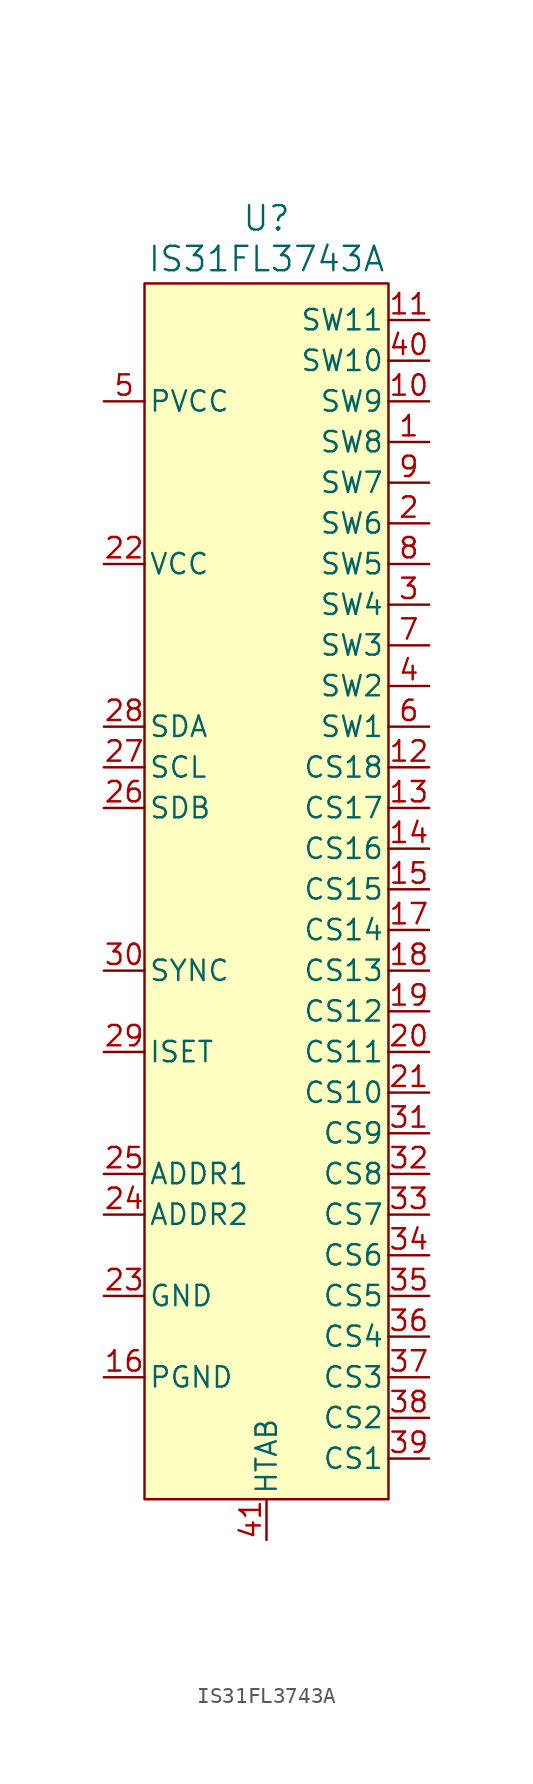
<source format=kicad_sym>
(kicad_symbol_lib
  (version 20241209)
  (generator "kicad_symbol_editor")
  (generator_version "9.0")
  (symbol "IS31FL3743A"
    (pin_names
      (offset 0.254))
    (property "Reference" "U"
      (at 0 39.37 0)
      (effects (font (size 1.524 1.524))))
    (property "Value" "IS31FL3743A"
      (at 0 36.83 0)
      (effects (font (size 1.524 1.524))))
    (symbol "IS31FL3743A_0_1"
      (pin power_in line (at -10.16 27.94 0) (length 2.54) (name "PVCC" (effects (font (size 1.27 1.27)))) (number "5" (effects (font (size 1.27 1.27)))))
      (pin power_in line (at -10.16 17.78 0) (length 2.54) (name "VCC" (effects (font (size 1.27 1.27)))) (number "22" (effects (font (size 1.27 1.27)))))
      (pin unspecified line (at -10.16 2.54 0) (length 2.54) (name "SDB" (effects (font (size 1.27 1.27)))) (number "26" (effects (font (size 1.27 1.27)))))
      (pin unspecified line (at -10.16 -7.62 0) (length 2.54) (name "SYNC" (effects (font (size 1.27 1.27)))) (number "30" (effects (font (size 1.27 1.27)))))
      (pin power_out line (at -10.16 -27.94 0) (length 2.54) (name "GND" (effects (font (size 1.27 1.27)))) (number "23" (effects (font (size 1.27 1.27)))))
      (pin power_out line (at -10.16 -33.02 0) (length 2.54) (name "PGND" (effects (font (size 1.27 1.27)))) (number "16" (effects (font (size 1.27 1.27)))))
      (pin power_out line (at 0 -43.18 90) (length 2.54) (name "HTAB" (effects (font (size 1.27 1.27)))) (number "41" (effects (font (size 1.27 1.27)))))
      (pin bidirectional line (at 10.16 33.02 180) (length 2.54) (name "SW11" (effects (font (size 1.27 1.27)))) (number "11" (effects (font (size 1.27 1.27)))))
      (pin bidirectional line (at 10.16 30.48 180) (length 2.54) (name "SW10" (effects (font (size 1.27 1.27)))) (number "40" (effects (font (size 1.27 1.27)))))
      (pin bidirectional line (at 10.16 27.94 180) (length 2.54) (name "SW9" (effects (font (size 1.27 1.27)))) (number "10" (effects (font (size 1.27 1.27)))))
      (pin bidirectional line (at 10.16 22.86 180) (length 2.54) (name "SW7" (effects (font (size 1.27 1.27)))) (number "9" (effects (font (size 1.27 1.27)))))
      (pin bidirectional line (at 10.16 20.32 180) (length 2.54) (name "SW6" (effects (font (size 1.27 1.27)))) (number "2" (effects (font (size 1.27 1.27)))))
      (pin bidirectional line (at 10.16 17.78 180) (length 2.54) (name "SW5" (effects (font (size 1.27 1.27)))) (number "8" (effects (font (size 1.27 1.27)))))
      (pin bidirectional line (at 10.16 15.24 180) (length 2.54) (name "SW4" (effects (font (size 1.27 1.27)))) (number "3" (effects (font (size 1.27 1.27)))))
      (pin bidirectional line (at 10.16 12.7 180) (length 2.54) (name "SW3" (effects (font (size 1.27 1.27)))) (number "7" (effects (font (size 1.27 1.27)))))
      (pin bidirectional line (at 10.16 10.16 180) (length 2.54) (name "SW2" (effects (font (size 1.27 1.27)))) (number "4" (effects (font (size 1.27 1.27)))))
      (pin bidirectional line (at 10.16 7.62 180) (length 2.54) (name "SW1" (effects (font (size 1.27 1.27)))) (number "6" (effects (font (size 1.27 1.27)))))
      (pin bidirectional line (at 10.16 5.08 180) (length 2.54) (name "CS18" (effects (font (size 1.27 1.27)))) (number "12" (effects (font (size 1.27 1.27)))))
      (pin bidirectional line (at 10.16 2.54 180) (length 2.54) (name "CS17" (effects (font (size 1.27 1.27)))) (number "13" (effects (font (size 1.27 1.27)))))
      (pin bidirectional line (at 10.16 0 180) (length 2.54) (name "CS16" (effects (font (size 1.27 1.27)))) (number "14" (effects (font (size 1.27 1.27)))))
      (pin bidirectional line (at 10.16 -2.54 180) (length 2.54) (name "CS15" (effects (font (size 1.27 1.27)))) (number "15" (effects (font (size 1.27 1.27)))))
      (pin bidirectional line (at 10.16 -5.08 180) (length 2.54) (name "CS14" (effects (font (size 1.27 1.27)))) (number "17" (effects (font (size 1.27 1.27)))))
      (pin bidirectional line (at 10.16 -7.62 180) (length 2.54) (name "CS13" (effects (font (size 1.27 1.27)))) (number "18" (effects (font (size 1.27 1.27)))))
      (pin bidirectional line (at 10.16 -10.16 180) (length 2.54) (name "CS12" (effects (font (size 1.27 1.27)))) (number "19" (effects (font (size 1.27 1.27)))))
      (pin bidirectional line (at 10.16 -12.7 180) (length 2.54) (name "CS11" (effects (font (size 1.27 1.27)))) (number "20" (effects (font (size 1.27 1.27)))))
      (pin bidirectional line (at 10.16 -15.24 180) (length 2.54) (name "CS10" (effects (font (size 1.27 1.27)))) (number "21" (effects (font (size 1.27 1.27)))))
      (pin bidirectional line (at 10.16 -17.78 180) (length 2.54) (name "CS9" (effects (font (size 1.27 1.27)))) (number "31" (effects (font (size 1.27 1.27)))))
      (pin bidirectional line (at 10.16 -20.32 180) (length 2.54) (name "CS8" (effects (font (size 1.27 1.27)))) (number "32" (effects (font (size 1.27 1.27)))))
      (pin bidirectional line (at 10.16 -22.86 180) (length 2.54) (name "CS7" (effects (font (size 1.27 1.27)))) (number "33" (effects (font (size 1.27 1.27)))))
      (pin bidirectional line (at 10.16 -25.4 180) (length 2.54) (name "CS6" (effects (font (size 1.27 1.27)))) (number "34" (effects (font (size 1.27 1.27)))))
      (pin bidirectional line (at 10.16 -27.94 180) (length 2.54) (name "CS5" (effects (font (size 1.27 1.27)))) (number "35" (effects (font (size 1.27 1.27)))))
      (pin bidirectional line (at 10.16 -30.48 180) (length 2.54) (name "CS4" (effects (font (size 1.27 1.27)))) (number "36" (effects (font (size 1.27 1.27)))))
      (pin bidirectional line (at 10.16 -33.02 180) (length 2.54) (name "CS3" (effects (font (size 1.27 1.27)))) (number "37" (effects (font (size 1.27 1.27)))))
      (pin bidirectional line (at 10.16 -35.56 180) (length 2.54) (name "CS2" (effects (font (size 1.27 1.27)))) (number "38" (effects (font (size 1.27 1.27)))))
      (pin bidirectional line (at 10.16 -38.1 180) (length 2.54) (name "CS1" (effects (font (size 1.27 1.27)))) (number "39" (effects (font (size 1.27 1.27))))))
    (symbol "IS31FL3743A_1_1"
      (rectangle (start -7.62 35.306) (end 7.62 -40.64) (stroke (width 0) (type solid)) (fill (type background)))
      (pin unspecified line (at -10.16 7.62 0) (length 2.54) (name "SDA" (effects (font (size 1.27 1.27)))) (number "28" (effects (font (size 1.27 1.27)))))
      (pin unspecified line (at -10.16 5.08 0) (length 2.54) (name "SCL" (effects (font (size 1.27 1.27)))) (number "27" (effects (font (size 1.27 1.27)))))
      (pin unspecified line (at -10.16 -12.7 0) (length 2.54) (name "ISET" (effects (font (size 1.27 1.27)))) (number "29" (effects (font (size 1.27 1.27)))))
      (pin unspecified line (at -10.16 -20.32 0) (length 2.54) (name "ADDR1" (effects (font (size 1.27 1.27)))) (number "25" (effects (font (size 1.27 1.27)))))
      (pin unspecified line (at -10.16 -22.86 0) (length 2.54) (name "ADDR2" (effects (font (size 1.27 1.27)))) (number "24" (effects (font (size 1.27 1.27)))))
      (pin bidirectional line (at 10.16 25.4 180) (length 2.54) (name "SW8" (effects (font (size 1.27 1.27)))) (number "1" (effects (font (size 1.27 1.27))))))))
</source>
